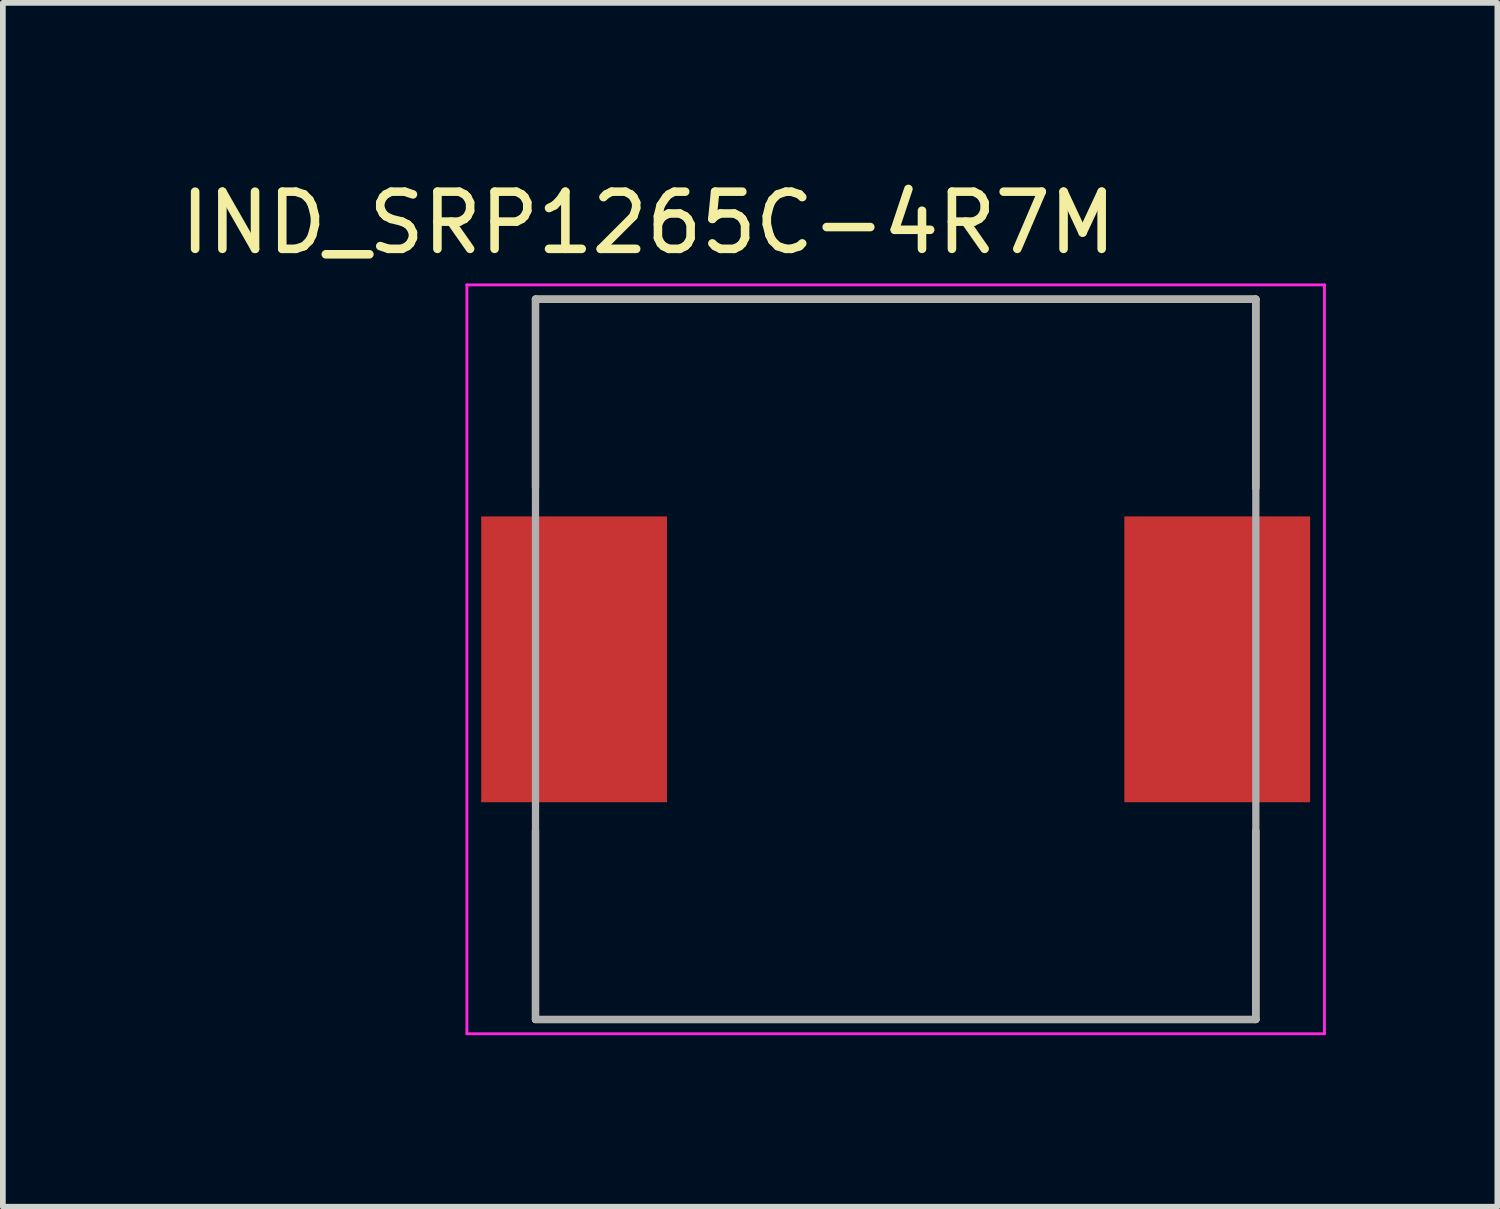
<source format=kicad_pcb>
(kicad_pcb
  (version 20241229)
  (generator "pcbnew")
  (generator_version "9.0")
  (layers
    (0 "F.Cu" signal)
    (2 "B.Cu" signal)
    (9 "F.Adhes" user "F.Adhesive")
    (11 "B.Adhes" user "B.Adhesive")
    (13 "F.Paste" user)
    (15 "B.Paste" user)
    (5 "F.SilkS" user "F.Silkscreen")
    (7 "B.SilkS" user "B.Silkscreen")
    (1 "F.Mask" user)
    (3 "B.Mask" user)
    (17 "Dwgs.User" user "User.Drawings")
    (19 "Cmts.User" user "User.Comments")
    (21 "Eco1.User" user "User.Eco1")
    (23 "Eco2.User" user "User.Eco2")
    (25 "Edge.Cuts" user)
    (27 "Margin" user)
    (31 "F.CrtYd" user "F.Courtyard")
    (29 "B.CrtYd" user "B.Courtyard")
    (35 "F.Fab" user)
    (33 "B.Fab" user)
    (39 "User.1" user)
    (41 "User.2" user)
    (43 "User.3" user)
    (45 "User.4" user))
  (footprint "IND_SRP1265C-4R7M"
    (layer "F.Cu")
    (at 12.617 8.483)
    (property "Reference" "IND_SRP1265C-4R7M" (at -4.325 -7.635 0) (layer "F.SilkS") (effects (font (size 1 1) (thickness 0.15))))
    (attr smd)
    (fp_line (start -6.3 -6.3) (end 6.3 -6.3) (stroke (width 0.127) (type solid)) (layer "F.SilkS"))
    (fp_line (start -6.3 -3) (end -6.3 -6.3) (stroke (width 0.127) (type solid)) (layer "F.SilkS"))
    (fp_line (start -6.3 3) (end -6.3 6.3) (stroke (width 0.127) (type solid)) (layer "F.SilkS"))
    (fp_line (start -6.3 6.3) (end 6.3 6.3) (stroke (width 0.127) (type solid)) (layer "F.SilkS"))
    (fp_line (start 6.3 -6.3) (end 6.3 -3) (stroke (width 0.127) (type solid)) (layer "F.SilkS"))
    (fp_line (start 6.3 6.3) (end 6.3 3) (stroke (width 0.127) (type solid)) (layer "F.SilkS"))
    (fp_line (start -7.5 -6.55) (end 7.5 -6.55) (stroke (width 0.05) (type solid)) (layer "F.CrtYd"))
    (fp_line (start -7.5 6.55) (end -7.5 -6.55) (stroke (width 0.05) (type solid)) (layer "F.CrtYd"))
    (fp_line (start 7.5 -6.55) (end 7.5 6.55) (stroke (width 0.05) (type solid)) (layer "F.CrtYd"))
    (fp_line (start 7.5 6.55) (end -7.5 6.55) (stroke (width 0.05) (type solid)) (layer "F.CrtYd"))
    (fp_line (start -6.3 -6.3) (end 6.3 -6.3) (stroke (width 0.127) (type solid)) (layer "F.Fab"))
    (fp_line (start -6.3 6.3) (end -6.3 -6.3) (stroke (width 0.127) (type solid)) (layer "F.Fab"))
    (fp_line (start 6.3 -6.3) (end 6.3 6.3) (stroke (width 0.127) (type solid)) (layer "F.Fab"))
    (fp_line (start 6.3 6.3) (end -6.3 6.3) (stroke (width 0.127) (type solid)) (layer "F.Fab"))
    (pad "1" smd rect (at -5.625 0) (size 3.25 5) (layers "F.Cu" "F.Mask" "F.Paste"))
    (pad "2" smd rect (at 5.625 0) (size 3.25 5) (layers "F.Cu" "F.Mask" "F.Paste")))
  (gr_rect
    (start -3 -3)
    (end 23.142 18.058)
    (stroke (width 0.1) (type default))
    (fill no)
    (layer "Edge.Cuts")))
</source>
